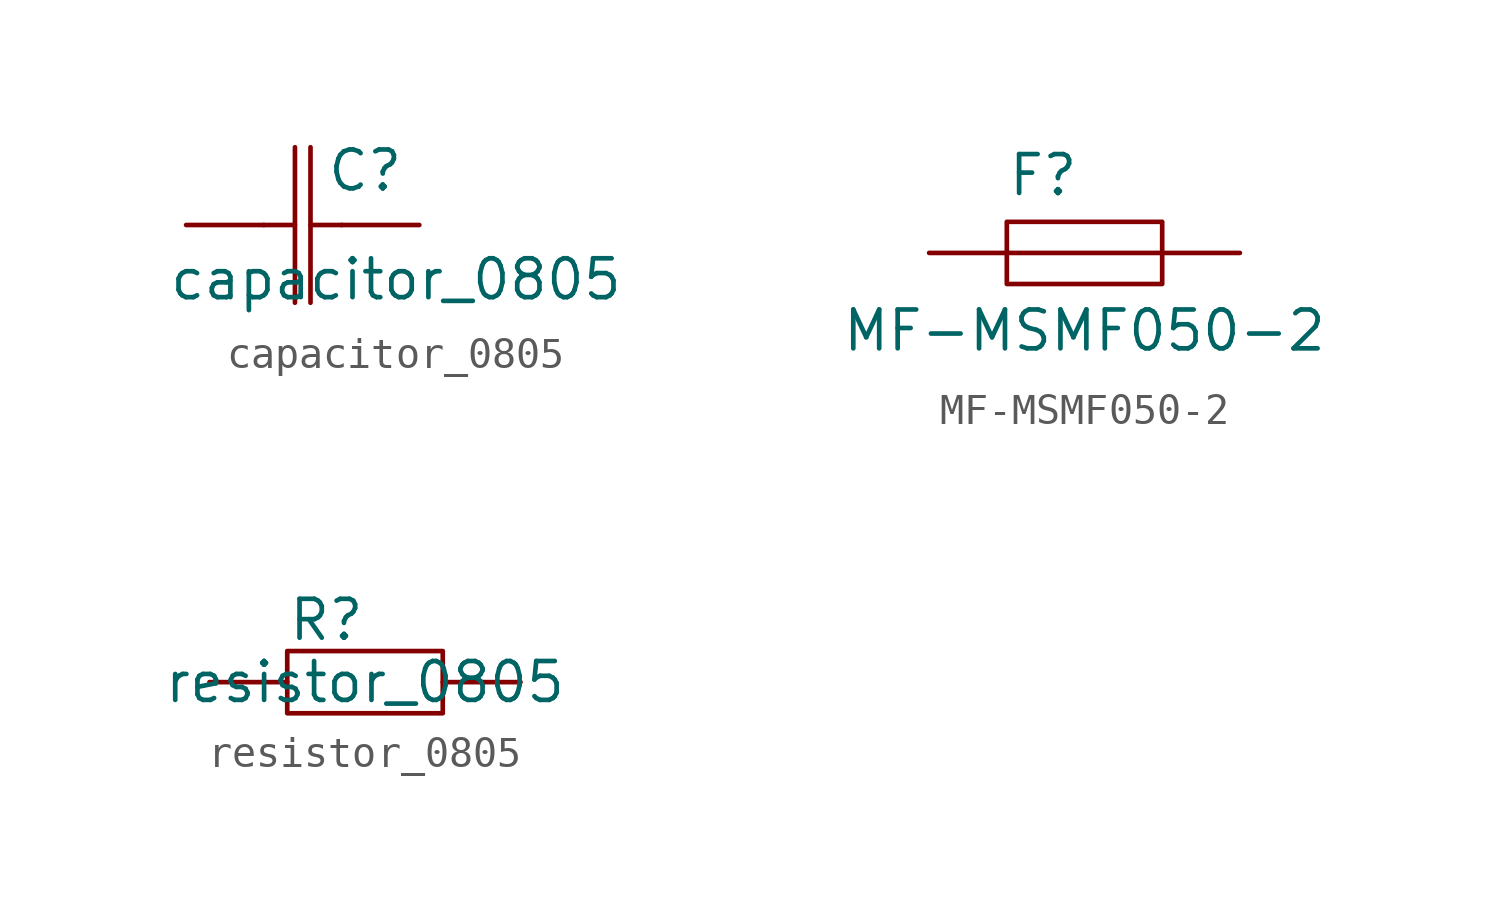
<source format=kicad_sym>
(kicad_symbol_lib
  (version 20211014)
  (generator kicad_symbol_editor)
  (symbol "capacitor_0805"
    (pin_numbers hide)
    (pin_names
      (offset 0) hide)
    (property "Reference" "C"
      (at 4.572 1.778 0)
      (effects (font (size 1.27 1.27)) (justify left)))
    (property "Value" "capacitor_0805"
      (at 6.858 -1.778 0)
      (effects (font (size 1.27 1.27))))
    (symbol "capacitor_0805_0_1"
      (polyline (pts (xy 3.556 0) (xy 2.54 0)) (stroke (width 0) (type default) (color 0 0 0 0)) (fill (type none)))
      (polyline (pts (xy 3.556 2.54) (xy 3.556 -2.54)) (stroke (width 0) (type default) (color 0 0 0 0)) (fill (type none)))
      (polyline (pts (xy 4.064 2.54) (xy 4.064 -2.54)) (stroke (width 0) (type default) (color 0 0 0 0)) (fill (type none)))
      (polyline (pts (xy 5.08 0) (xy 4.064 0)) (stroke (width 0) (type default) (color 0 0 0 0)) (fill (type none))))
    (symbol "capacitor_0805_1_1"
      (pin passive line (at 0 0 0) (length 2.54) (name "1" (effects (font (size 1.27 1.27)))) (number "1" (effects (font (size 1.27 1.27)))))
      (pin passive line (at 7.62 0 180) (length 2.54) (name "2" (effects (font (size 1.27 1.27)))) (number "2" (effects (font (size 1.27 1.27)))))))
  (symbol "MF-MSMF050-2"
    (pin_numbers hide)
    (pin_names
      (offset 1.016) hide)
    (property "Reference" "F"
      (at 0 2.54 0)
      (effects (font (size 1.27 1.27)) (justify left)))
    (property "Value" "MF-MSMF050-2"
      (at 2.54 -2.54 0)
      (effects (font (size 1.27 1.27))))
    (symbol "MF-MSMF050-2_0_1"
      (polyline (pts (xy 0 0) (xy 5.08 0)) (stroke (width 0) (type default) (color 0 0 0 0)) (fill (type none))))
    (symbol "MF-MSMF050-2_1_1"
      (rectangle (start 0 1.016) (end 5.08 -1.016) (stroke (width 0) (type default) (color 0 0 0 0)) (fill (type none)))
      (pin passive line (at -2.54 0 0) (length 2.54) (name "1" (effects (font (size 1.27 1.27)))) (number "1" (effects (font (size 1.27 1.27)))))
      (pin passive line (at 7.62 0 180) (length 2.54) (name "2" (effects (font (size 1.27 1.27)))) (number "2" (effects (font (size 1.27 1.27)))))))
  (symbol "resistor_0805"
    (pin_numbers hide)
    (pin_names
      (offset 0) hide)
    (property "Reference" "R"
      (at 2.54 2.032 0)
      (effects (font (size 1.27 1.27)) (justify left)))
    (property "Value" "resistor_0805"
      (at 5.08 0 0)
      (effects (font (size 1.27 1.27))))
    (symbol "resistor_0805_0_1"
      (rectangle (start 2.54 1.016) (end 7.62 -1.016) (stroke (width 0) (type default) (color 0 0 0 0)) (fill (type none))))
    (symbol "resistor_0805_1_1"
      (pin passive line (at 0 0 0) (length 2.54) (name "1" (effects (font (size 1.27 1.27)))) (number "1" (effects (font (size 1.27 1.27)))))
      (pin passive line (at 10.16 0 180) (length 2.54) (name "2" (effects (font (size 1.27 1.27)))) (number "2" (effects (font (size 1.27 1.27))))))))
</source>
